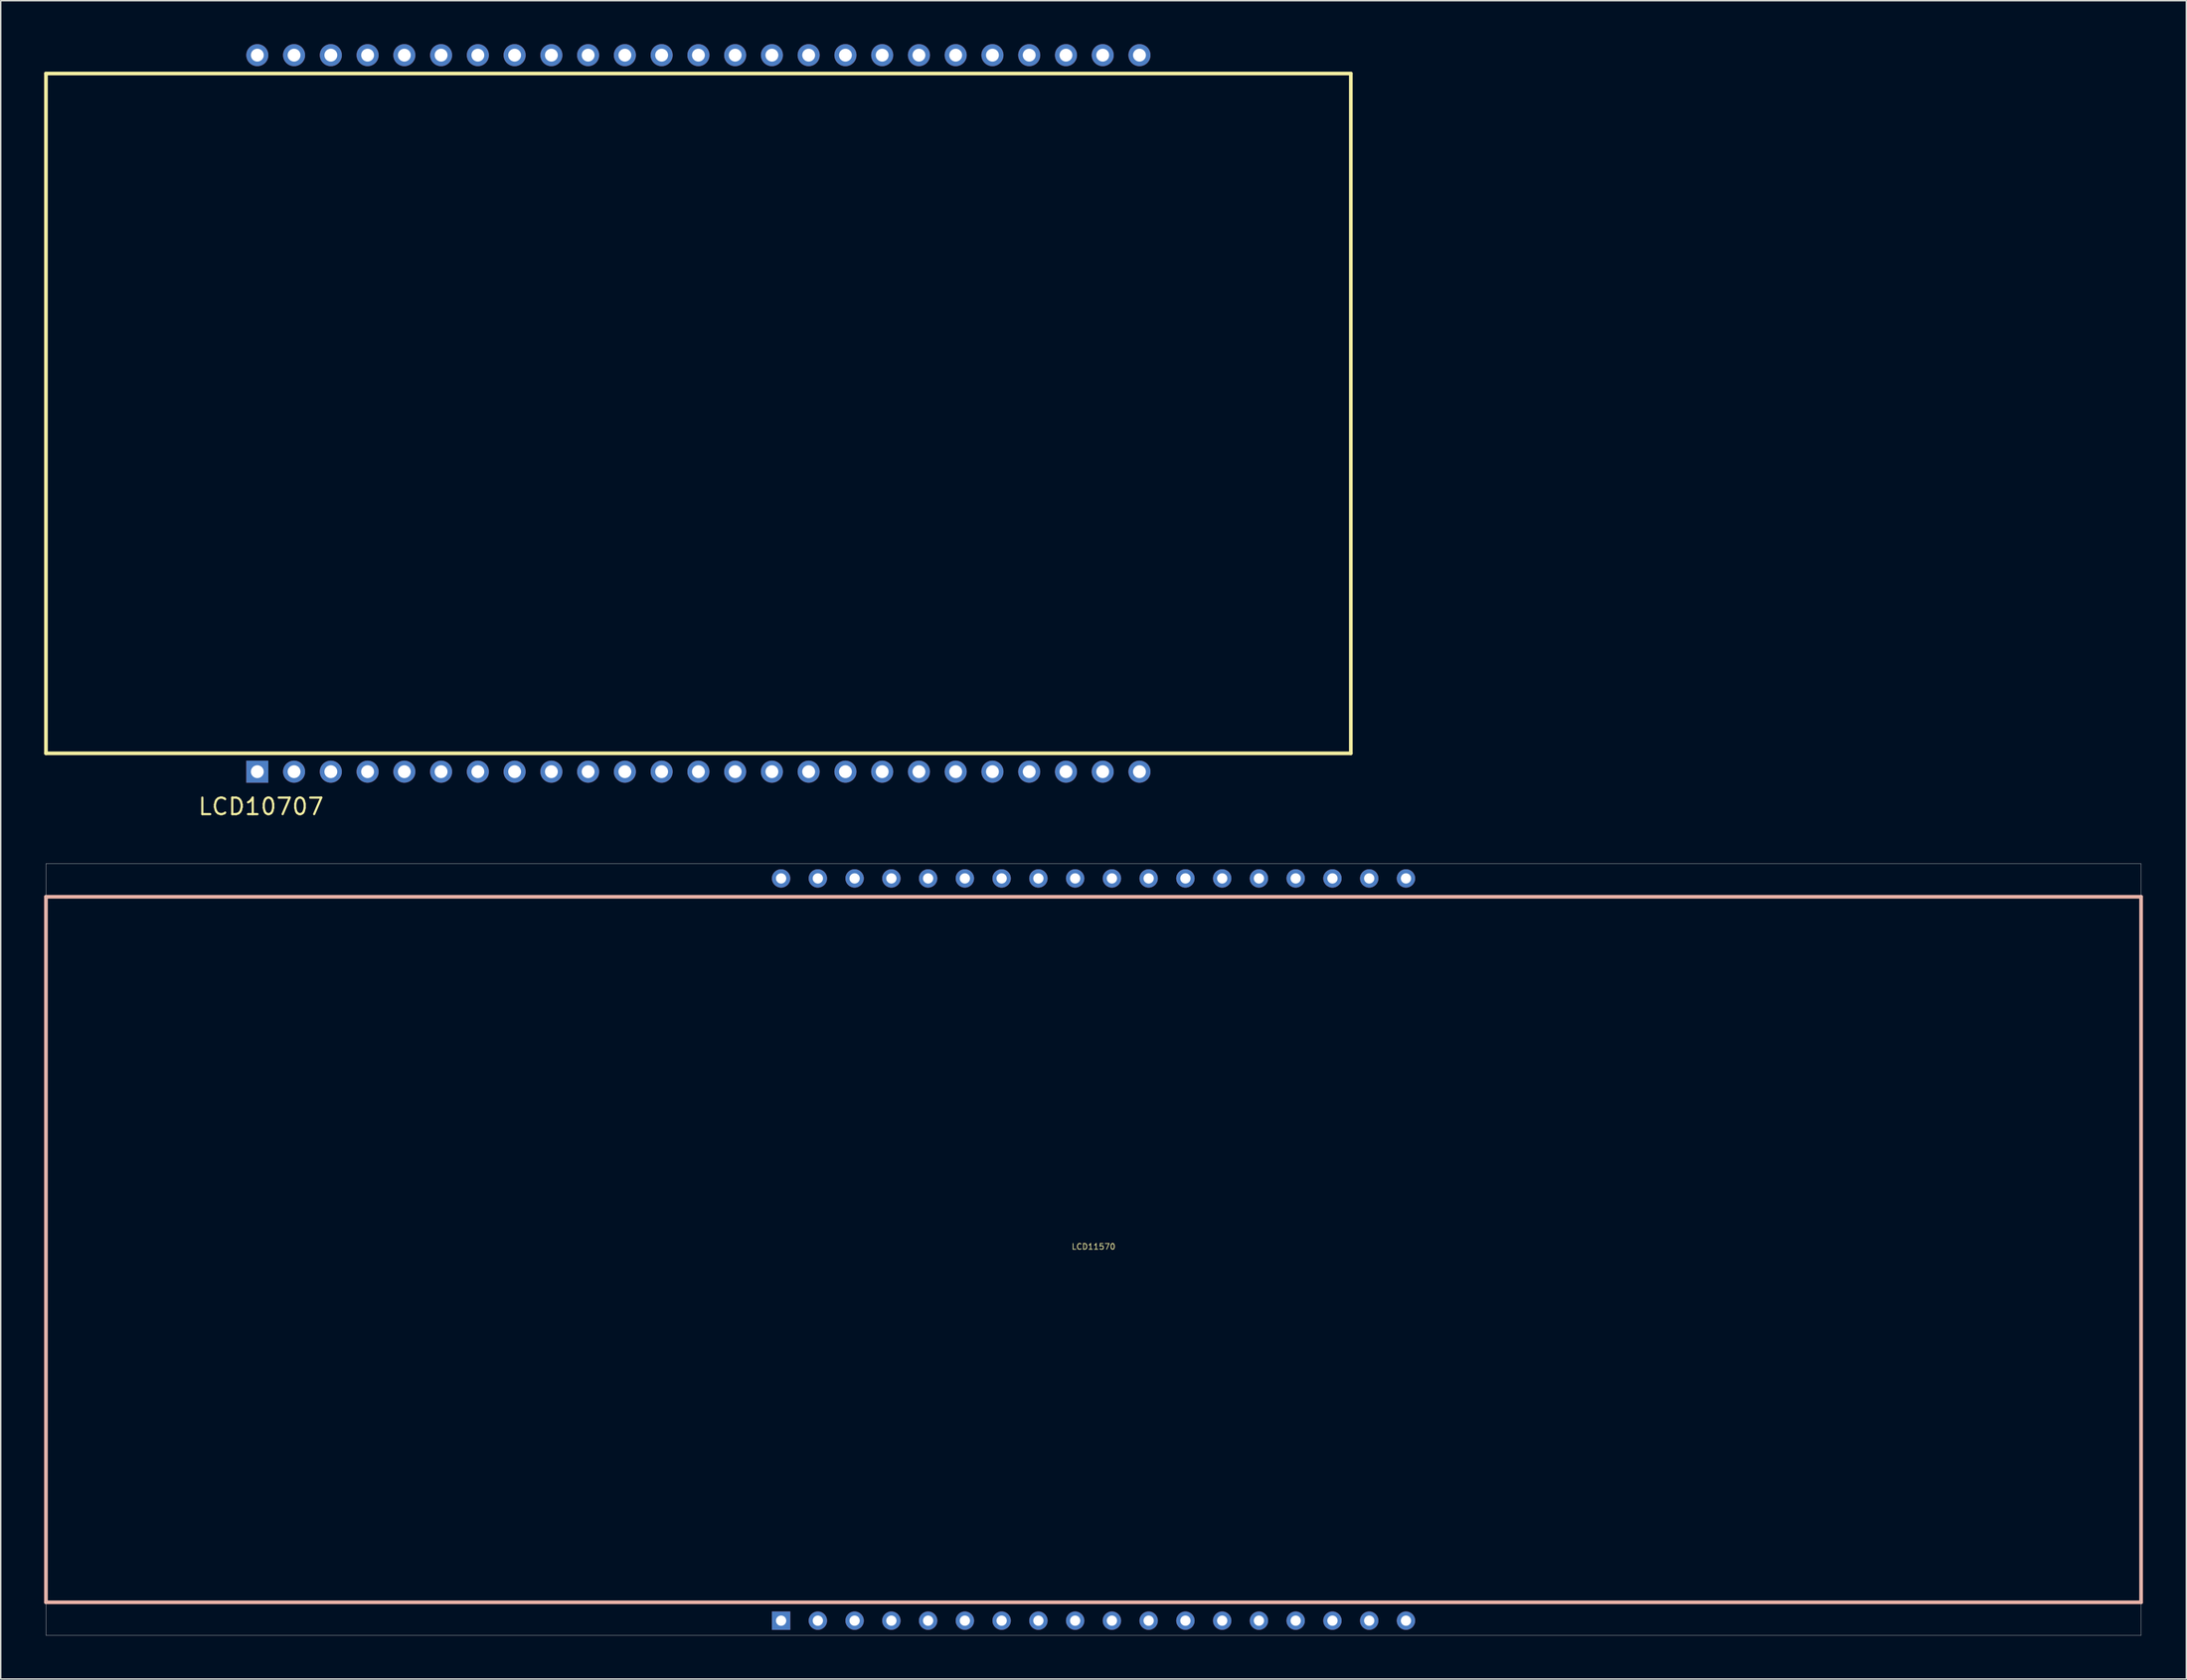
<source format=kicad_pcb>
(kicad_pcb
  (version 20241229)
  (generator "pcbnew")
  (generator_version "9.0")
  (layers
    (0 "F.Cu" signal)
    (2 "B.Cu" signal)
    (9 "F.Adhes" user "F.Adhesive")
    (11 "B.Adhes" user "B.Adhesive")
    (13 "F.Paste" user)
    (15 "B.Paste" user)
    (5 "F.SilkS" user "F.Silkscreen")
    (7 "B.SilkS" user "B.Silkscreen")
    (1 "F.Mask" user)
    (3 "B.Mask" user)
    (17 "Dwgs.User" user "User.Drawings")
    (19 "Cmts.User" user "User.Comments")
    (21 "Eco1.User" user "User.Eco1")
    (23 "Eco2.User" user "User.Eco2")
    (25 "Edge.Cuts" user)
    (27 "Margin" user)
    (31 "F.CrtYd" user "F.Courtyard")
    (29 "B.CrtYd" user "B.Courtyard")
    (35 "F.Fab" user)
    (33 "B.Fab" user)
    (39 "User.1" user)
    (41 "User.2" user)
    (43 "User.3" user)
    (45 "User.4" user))
  (footprint "LCD10707"
    (layer "F.Cu")
    (at 14.732 50.292)
    (property "Reference" "LCD10707" (at 0.254 2.413 0) (layer "F.SilkS") (effects (font (size 1.143 1.143) (thickness 0.152))))
    (attr smd)
    (fp_line (start -14.605 -48.26) (end 75.565 -48.26) (stroke (width 0.254) (type solid)) (layer "F.SilkS"))
    (fp_line (start -14.605 -1.27) (end -14.605 -48.26) (stroke (width 0.254) (type solid)) (layer "F.SilkS"))
    (fp_line (start 75.565 -48.26) (end 75.565 -1.27) (stroke (width 0.254) (type solid)) (layer "F.SilkS"))
    (fp_line (start 75.565 -1.27) (end -14.605 -1.27) (stroke (width 0.254) (type solid)) (layer "F.SilkS"))
    (pad "1" thru_hole rect (at 0 0) (size 1.524 1.524) (drill 0.889) (layers "*.Cu" "*.Mask" "Eco1.User"))
    (pad "2" thru_hole circle (at 2.54 0) (size 1.524 1.524) (drill 0.889) (layers "*.Cu" "*.Mask" "Eco1.User"))
    (pad "3" thru_hole circle (at 5.08 0) (size 1.524 1.524) (drill 0.889) (layers "*.Cu" "*.Mask" "Eco1.User"))
    (pad "4" thru_hole circle (at 7.62 0) (size 1.524 1.524) (drill 0.889) (layers "*.Cu" "*.Mask" "Eco1.User"))
    (pad "5" thru_hole circle (at 10.16 0) (size 1.524 1.524) (drill 0.889) (layers "*.Cu" "*.Mask" "Eco1.User"))
    (pad "6" thru_hole circle (at 12.7 0) (size 1.524 1.524) (drill 0.889) (layers "*.Cu" "*.Mask" "Eco1.User"))
    (pad "7" thru_hole circle (at 15.24 0) (size 1.524 1.524) (drill 0.889) (layers "*.Cu" "*.Mask" "Eco1.User"))
    (pad "8" thru_hole circle (at 17.78 0) (size 1.524 1.524) (drill 0.889) (layers "*.Cu" "*.Mask" "Eco1.User"))
    (pad "9" thru_hole circle (at 20.32 0) (size 1.524 1.524) (drill 0.889) (layers "*.Cu" "*.Mask" "Eco1.User"))
    (pad "10" thru_hole circle (at 22.86 0) (size 1.524 1.524) (drill 0.889) (layers "*.Cu" "*.Mask" "Eco1.User"))
    (pad "11" thru_hole circle (at 25.4 0) (size 1.524 1.524) (drill 0.889) (layers "*.Cu" "*.Mask" "Eco1.User"))
    (pad "12" thru_hole circle (at 27.94 0) (size 1.524 1.524) (drill 0.889) (layers "*.Cu" "*.Mask" "Eco1.User"))
    (pad "13" thru_hole circle (at 30.48 0) (size 1.524 1.524) (drill 0.889) (layers "*.Cu" "*.Mask" "Eco1.User"))
    (pad "14" thru_hole circle (at 33.02 0) (size 1.524 1.524) (drill 0.889) (layers "*.Cu" "*.Mask" "Eco1.User"))
    (pad "15" thru_hole circle (at 35.56 0) (size 1.524 1.524) (drill 0.889) (layers "*.Cu" "*.Mask" "Eco1.User"))
    (pad "16" thru_hole circle (at 38.1 0) (size 1.524 1.524) (drill 0.889) (layers "*.Cu" "*.Mask" "Eco1.User"))
    (pad "17" thru_hole circle (at 40.64 0) (size 1.524 1.524) (drill 0.889) (layers "*.Cu" "*.Mask" "Eco1.User"))
    (pad "18" thru_hole circle (at 43.18 0) (size 1.524 1.524) (drill 0.889) (layers "*.Cu" "*.Mask" "Eco1.User"))
    (pad "19" thru_hole circle (at 45.72 0) (size 1.524 1.524) (drill 0.889) (layers "*.Cu" "*.Mask" "Eco1.User"))
    (pad "20" thru_hole circle (at 48.26 0) (size 1.524 1.524) (drill 0.889) (layers "*.Cu" "*.Mask" "Eco1.User"))
    (pad "21" thru_hole circle (at 50.8 0) (size 1.524 1.524) (drill 0.889) (layers "*.Cu" "*.Mask" "Eco1.User"))
    (pad "22" thru_hole circle (at 53.34 0) (size 1.524 1.524) (drill 0.889) (layers "*.Cu" "*.Mask" "Eco1.User"))
    (pad "23" thru_hole circle (at 55.88 0) (size 1.524 1.524) (drill 0.889) (layers "*.Cu" "*.Mask" "Eco1.User"))
    (pad "24" thru_hole circle (at 58.42 0) (size 1.524 1.524) (drill 0.889) (layers "*.Cu" "*.Mask" "Eco1.User"))
    (pad "25" thru_hole circle (at 60.96 0) (size 1.524 1.524) (drill 0.889) (layers "*.Cu" "*.Mask" "Eco1.User"))
    (pad "26" thru_hole circle (at 60.96 -49.53) (size 1.524 1.524) (drill 0.889) (layers "*.Cu" "*.Mask" "Eco1.User"))
    (pad "27" thru_hole circle (at 58.42 -49.53) (size 1.524 1.524) (drill 0.889) (layers "*.Cu" "*.Mask" "Eco1.User"))
    (pad "28" thru_hole circle (at 55.88 -49.53) (size 1.524 1.524) (drill 0.889) (layers "*.Cu" "*.Mask" "Eco1.User"))
    (pad "29" thru_hole circle (at 53.34 -49.53) (size 1.524 1.524) (drill 0.889) (layers "*.Cu" "*.Mask" "Eco1.User"))
    (pad "30" thru_hole circle (at 50.8 -49.53) (size 1.524 1.524) (drill 0.889) (layers "*.Cu" "*.Mask" "Eco1.User"))
    (pad "31" thru_hole circle (at 48.26 -49.53) (size 1.524 1.524) (drill 0.889) (layers "*.Cu" "*.Mask" "Eco1.User"))
    (pad "32" thru_hole circle (at 45.72 -49.53) (size 1.524 1.524) (drill 0.889) (layers "*.Cu" "*.Mask" "Eco1.User"))
    (pad "33" thru_hole circle (at 43.18 -49.53) (size 1.524 1.524) (drill 0.889) (layers "*.Cu" "*.Mask" "Eco1.User"))
    (pad "34" thru_hole circle (at 40.64 -49.53) (size 1.524 1.524) (drill 0.889) (layers "*.Cu" "*.Mask" "Eco1.User"))
    (pad "35" thru_hole circle (at 38.1 -49.53) (size 1.524 1.524) (drill 0.889) (layers "*.Cu" "*.Mask" "Eco1.User"))
    (pad "36" thru_hole circle (at 35.56 -49.53) (size 1.524 1.524) (drill 0.889) (layers "*.Cu" "*.Mask" "Eco1.User"))
    (pad "37" thru_hole circle (at 33.02 -49.53) (size 1.524 1.524) (drill 0.889) (layers "*.Cu" "*.Mask" "Eco1.User"))
    (pad "38" thru_hole circle (at 30.48 -49.53) (size 1.524 1.524) (drill 0.889) (layers "*.Cu" "*.Mask" "Eco1.User"))
    (pad "39" thru_hole circle (at 27.94 -49.53) (size 1.524 1.524) (drill 0.889) (layers "*.Cu" "*.Mask" "Eco1.User"))
    (pad "40" thru_hole circle (at 25.4 -49.53) (size 1.524 1.524) (drill 0.889) (layers "*.Cu" "*.Mask" "Eco1.User"))
    (pad "41" thru_hole circle (at 22.86 -49.53) (size 1.524 1.524) (drill 0.889) (layers "*.Cu" "*.Mask" "Eco1.User"))
    (pad "42" thru_hole circle (at 20.32 -49.53) (size 1.524 1.524) (drill 0.889) (layers "*.Cu" "*.Mask" "Eco1.User"))
    (pad "43" thru_hole circle (at 17.78 -49.53) (size 1.524 1.524) (drill 0.889) (layers "*.Cu" "*.Mask" "Eco1.User"))
    (pad "44" thru_hole circle (at 15.24 -49.53) (size 1.524 1.524) (drill 0.889) (layers "*.Cu" "*.Mask" "Eco1.User"))
    (pad "45" thru_hole circle (at 12.7 -49.53) (size 1.524 1.524) (drill 0.889) (layers "*.Cu" "*.Mask" "Eco1.User"))
    (pad "46" thru_hole circle (at 10.16 -49.53) (size 1.524 1.524) (drill 0.889) (layers "*.Cu" "*.Mask" "Eco1.User"))
    (pad "47" thru_hole circle (at 7.62 -49.53) (size 1.524 1.524) (drill 0.889) (layers "*.Cu" "*.Mask" "Eco1.User"))
    (pad "48" thru_hole circle (at 5.08 -49.53) (size 1.524 1.524) (drill 0.889) (layers "*.Cu" "*.Mask" "Eco1.User"))
    (pad "49" thru_hole circle (at 2.54 -49.53) (size 1.524 1.524) (drill 0.889) (layers "*.Cu" "*.Mask" "Eco1.User"))
    (pad "50" thru_hole circle (at 0 -49.53) (size 1.524 1.524) (drill 0.889) (layers "*.Cu" "*.Mask" "Eco1.User")))
  (footprint "LCD11570"
    (layer "F.Cu")
    (at 72.517 83.324)
    (property "Reference" "LCD11570" (at 0 -0.201 0) (layer "F.SilkS") (effects (font (size 0.399 0.399) (thickness 0.051))))
    (attr smd)
    (fp_line (start -72.39 -24.384) (end 72.39 -24.384) (stroke (width 0.254) (type solid)) (layer "B.SilkS"))
    (fp_line (start -72.39 24.384) (end -72.39 -24.384) (stroke (width 0.254) (type solid)) (layer "B.SilkS"))
    (fp_line (start 72.39 -24.384) (end 72.39 24.384) (stroke (width 0.254) (type solid)) (layer "B.SilkS"))
    (fp_line (start 72.39 24.384) (end -72.39 24.384) (stroke (width 0.254) (type solid)) (layer "B.SilkS"))
    (fp_line (start -72.39 -26.67) (end 72.39 -26.67) (stroke (width 0.025) (type solid)) (layer "Dwgs.User"))
    (fp_line (start -72.39 26.67) (end -72.39 -26.67) (stroke (width 0.025) (type solid)) (layer "Dwgs.User"))
    (fp_line (start 72.39 -26.67) (end 72.39 26.67) (stroke (width 0.025) (type solid)) (layer "Dwgs.User"))
    (fp_line (start 72.39 26.67) (end -72.39 26.67) (stroke (width 0.025) (type solid)) (layer "Dwgs.User"))
    (fp_line (start -72.39 -24.384) (end 72.39 -24.384) (stroke (width 0.254) (type solid)) (layer "Eco2.User"))
    (fp_line (start -72.39 24.384) (end -72.39 -24.384) (stroke (width 0.254) (type solid)) (layer "Eco2.User"))
    (fp_line (start 72.39 -24.384) (end 72.39 24.384) (stroke (width 0.254) (type solid)) (layer "Eco2.User"))
    (fp_line (start 72.39 24.384) (end -72.39 24.384) (stroke (width 0.254) (type solid)) (layer "Eco2.User"))
    (pad "1" thru_hole rect (at -21.59 25.654 180) (size 1.27 1.27) (drill 0.711) (layers "*.Cu" "*.Mask" "Eco1.User" "Eco2.User"))
    (pad "2" thru_hole circle (at -19.05 25.654 180) (size 1.27 1.27) (drill 0.711) (layers "*.Cu" "*.Mask" "Eco1.User" "Eco2.User"))
    (pad "3" thru_hole circle (at -16.51 25.654 180) (size 1.27 1.27) (drill 0.711) (layers "*.Cu" "*.Mask" "Eco1.User" "Eco2.User"))
    (pad "4" thru_hole circle (at -13.97 25.654 180) (size 1.27 1.27) (drill 0.711) (layers "*.Cu" "*.Mask" "Eco1.User" "Eco2.User"))
    (pad "5" thru_hole circle (at -11.43 25.654 180) (size 1.27 1.27) (drill 0.711) (layers "*.Cu" "*.Mask" "Eco1.User" "Eco2.User"))
    (pad "6" thru_hole circle (at -8.89 25.654 180) (size 1.27 1.27) (drill 0.711) (layers "*.Cu" "*.Mask" "Eco1.User" "Eco2.User"))
    (pad "7" thru_hole circle (at -6.35 25.654 180) (size 1.27 1.27) (drill 0.711) (layers "*.Cu" "*.Mask" "Eco1.User" "Eco2.User"))
    (pad "8" thru_hole circle (at -3.81 25.654 180) (size 1.27 1.27) (drill 0.711) (layers "*.Cu" "*.Mask" "Eco1.User" "Eco2.User"))
    (pad "9" thru_hole circle (at -1.27 25.654 180) (size 1.27 1.27) (drill 0.711) (layers "*.Cu" "*.Mask" "Eco1.User" "Eco2.User"))
    (pad "10" thru_hole circle (at 1.27 25.654 180) (size 1.27 1.27) (drill 0.711) (layers "*.Cu" "*.Mask" "Eco1.User" "Eco2.User"))
    (pad "11" thru_hole circle (at 3.81 25.654 180) (size 1.27 1.27) (drill 0.711) (layers "*.Cu" "*.Mask" "Eco1.User" "Eco2.User"))
    (pad "12" thru_hole circle (at 6.35 25.654 180) (size 1.27 1.27) (drill 0.711) (layers "*.Cu" "*.Mask" "Eco1.User" "Eco2.User"))
    (pad "13" thru_hole circle (at 8.89 25.654 180) (size 1.27 1.27) (drill 0.711) (layers "*.Cu" "*.Mask" "Eco1.User" "Eco2.User"))
    (pad "14" thru_hole circle (at 11.43 25.654 180) (size 1.27 1.27) (drill 0.711) (layers "*.Cu" "*.Mask" "Eco1.User" "Eco2.User"))
    (pad "15" thru_hole circle (at 13.97 25.654 180) (size 1.27 1.27) (drill 0.711) (layers "*.Cu" "*.Mask" "Eco1.User" "Eco2.User"))
    (pad "16" thru_hole circle (at 16.51 25.654 180) (size 1.27 1.27) (drill 0.711) (layers "*.Cu" "*.Mask" "Eco1.User" "Eco2.User"))
    (pad "17" thru_hole circle (at 19.05 25.654 180) (size 1.27 1.27) (drill 0.711) (layers "*.Cu" "*.Mask" "Eco1.User" "Eco2.User"))
    (pad "18" thru_hole circle (at 21.59 25.654 180) (size 1.27 1.27) (drill 0.711) (layers "*.Cu" "*.Mask" "Eco1.User" "Eco2.User"))
    (pad "19" thru_hole circle (at 21.59 -25.654 180) (size 1.27 1.27) (drill 0.711) (layers "*.Cu" "*.Mask" "Eco1.User" "Eco2.User"))
    (pad "20" thru_hole circle (at 19.05 -25.654 180) (size 1.27 1.27) (drill 0.711) (layers "*.Cu" "*.Mask" "Eco1.User" "Eco2.User"))
    (pad "21" thru_hole circle (at 16.51 -25.654 180) (size 1.27 1.27) (drill 0.711) (layers "*.Cu" "*.Mask" "Eco1.User" "Eco2.User"))
    (pad "22" thru_hole circle (at 13.97 -25.654 180) (size 1.27 1.27) (drill 0.711) (layers "*.Cu" "*.Mask" "Eco1.User" "Eco2.User"))
    (pad "23" thru_hole circle (at 11.43 -25.654 180) (size 1.27 1.27) (drill 0.711) (layers "*.Cu" "*.Mask" "Eco1.User" "Eco2.User"))
    (pad "24" thru_hole circle (at 8.89 -25.654 180) (size 1.27 1.27) (drill 0.711) (layers "*.Cu" "*.Mask" "Eco1.User" "Eco2.User"))
    (pad "25" thru_hole circle (at 6.35 -25.654 180) (size 1.27 1.27) (drill 0.711) (layers "*.Cu" "*.Mask" "Eco1.User" "Eco2.User"))
    (pad "26" thru_hole circle (at 3.81 -25.654 180) (size 1.27 1.27) (drill 0.711) (layers "*.Cu" "*.Mask" "Eco1.User" "Eco2.User"))
    (pad "27" thru_hole circle (at 1.27 -25.654 180) (size 1.27 1.27) (drill 0.711) (layers "*.Cu" "*.Mask" "Eco1.User" "Eco2.User"))
    (pad "28" thru_hole circle (at -1.27 -25.654 180) (size 1.27 1.27) (drill 0.711) (layers "*.Cu" "*.Mask" "Eco1.User" "Eco2.User"))
    (pad "29" thru_hole circle (at -3.81 -25.654 180) (size 1.27 1.27) (drill 0.711) (layers "*.Cu" "*.Mask" "Eco1.User" "Eco2.User"))
    (pad "30" thru_hole circle (at -6.35 -25.654 180) (size 1.27 1.27) (drill 0.711) (layers "*.Cu" "*.Mask" "Eco1.User" "Eco2.User"))
    (pad "31" thru_hole circle (at -8.89 -25.654 180) (size 1.27 1.27) (drill 0.711) (layers "*.Cu" "*.Mask" "Eco1.User" "Eco2.User"))
    (pad "32" thru_hole circle (at -11.43 -25.654 180) (size 1.27 1.27) (drill 0.711) (layers "*.Cu" "*.Mask" "Eco1.User" "Eco2.User"))
    (pad "33" thru_hole circle (at -13.97 -25.654 180) (size 1.27 1.27) (drill 0.711) (layers "*.Cu" "*.Mask" "Eco1.User" "Eco2.User"))
    (pad "34" thru_hole circle (at -16.51 -25.654 180) (size 1.27 1.27) (drill 0.711) (layers "*.Cu" "*.Mask" "Eco1.User" "Eco2.User"))
    (pad "35" thru_hole circle (at -19.05 -25.654 180) (size 1.27 1.27) (drill 0.711) (layers "*.Cu" "*.Mask" "Eco1.User" "Eco2.User"))
    (pad "36" thru_hole circle (at -21.59 -25.654 180) (size 1.27 1.27) (drill 0.711) (layers "*.Cu" "*.Mask" "Eco1.User" "Eco2.User")))
  (gr_rect
    (start -3 -3)
    (end 148.034 113.007)
    (stroke (width 0.1) (type default))
    (fill no)
    (layer "Edge.Cuts")))
</source>
